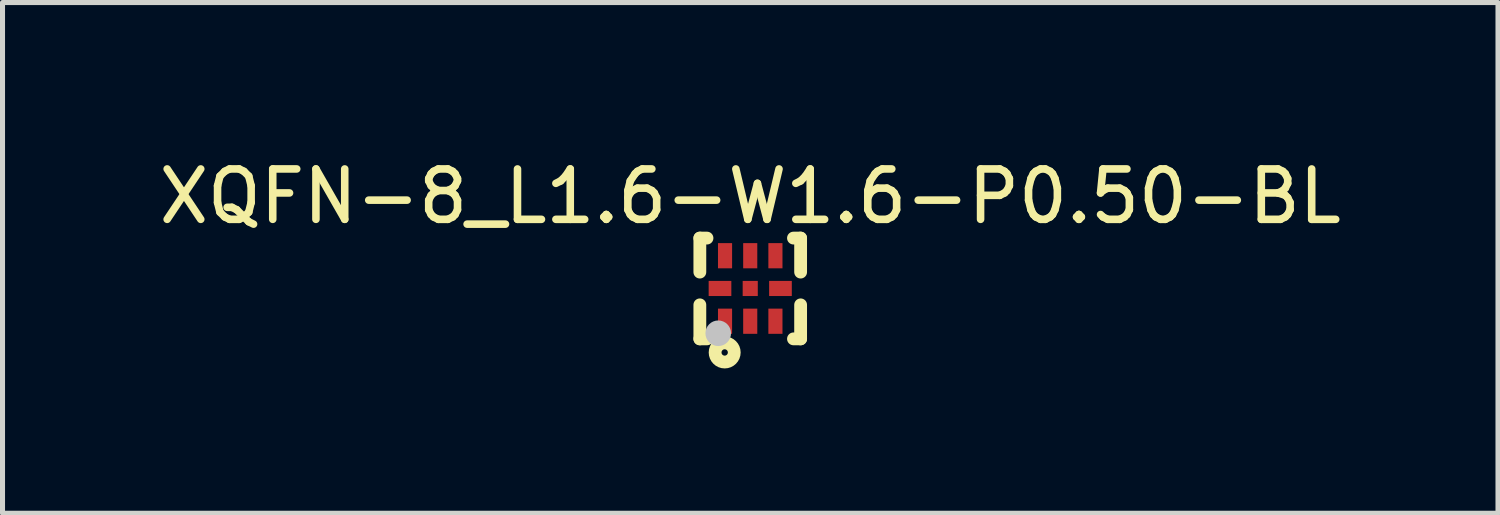
<source format=kicad_pcb>
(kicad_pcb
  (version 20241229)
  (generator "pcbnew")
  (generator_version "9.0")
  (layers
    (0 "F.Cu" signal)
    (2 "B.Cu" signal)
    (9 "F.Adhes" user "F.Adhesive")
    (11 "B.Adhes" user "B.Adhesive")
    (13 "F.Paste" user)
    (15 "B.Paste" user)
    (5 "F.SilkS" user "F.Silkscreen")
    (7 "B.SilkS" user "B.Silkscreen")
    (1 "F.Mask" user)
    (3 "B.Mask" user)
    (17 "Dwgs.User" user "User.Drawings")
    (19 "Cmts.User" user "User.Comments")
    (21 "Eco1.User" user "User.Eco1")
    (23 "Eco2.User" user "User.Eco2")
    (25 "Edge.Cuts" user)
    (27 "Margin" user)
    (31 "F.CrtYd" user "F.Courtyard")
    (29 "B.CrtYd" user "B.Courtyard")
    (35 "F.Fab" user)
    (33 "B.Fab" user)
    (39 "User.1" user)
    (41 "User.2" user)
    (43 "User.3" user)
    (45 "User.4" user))
  (footprint "XQFN-8_L1.6-W1.6-P0.50-BL"
    (layer "F.Cu")
    (at 11.839 2.675)
    (property "Reference" "XQFN-8_L1.6-W1.6-P0.50-BL" (at 0 -1.827 0) (layer "F.SilkS") (effects (font (size 1 1) (thickness 0.15))))
    (fp_line (start -1 -1) (end -0.858 -1) (stroke (width 0.254) (type default)) (layer "F.SilkS"))
    (fp_line (start -1 -0.325) (end -1 -1) (stroke (width 0.254) (type default)) (layer "F.SilkS"))
    (fp_line (start -1 1) (end -1 0.325) (stroke (width 0.254) (type default)) (layer "F.SilkS"))
    (fp_line (start -0.858 1) (end -1 1) (stroke (width 0.254) (type default)) (layer "F.SilkS"))
    (fp_line (start 0.858 -1) (end 1 -1) (stroke (width 0.254) (type default)) (layer "F.SilkS"))
    (fp_line (start 1 -1) (end 1 -0.325) (stroke (width 0.254) (type default)) (layer "F.SilkS"))
    (fp_line (start 1 0.325) (end 1 1) (stroke (width 0.254) (type default)) (layer "F.SilkS"))
    (fp_line (start 1 1) (end 0.858 1) (stroke (width 0.254) (type default)) (layer "F.SilkS"))
    (fp_circle (center -0.507 1.27) (end -0.444 1.27) (stroke (width 0.254) (type default)) (fill no) (layer "F.SilkS"))
    (fp_circle (center -0.635 0.889) (end -0.508 0.889) (stroke (width 0.254) (type default)) (fill no) (layer "Dwgs.User"))
    (fp_poly (pts (xy -0.4 -0.8) (xy -0.4 -0.4) (xy -0.6 -0.4) (xy -0.6 -0.8)) (stroke (width 0.1) (type default)) (fill no) (layer "User.1"))
    (fp_poly (pts (xy -0.4 0.1) (xy -0.8 0.1) (xy -0.8 -0.1) (xy -0.4 -0.1)) (stroke (width 0.1) (type default)) (fill no) (layer "User.1"))
    (fp_poly (pts (xy -0.35 0.4) (xy -0.35 0.8) (xy -0.65 0.8) (xy -0.65 0.4)) (stroke (width 0.1) (type default)) (fill no) (layer "User.1"))
    (fp_poly (pts (xy 0.1 -0.8) (xy 0.1 -0.4) (xy -0.1 -0.4) (xy -0.1 -0.8)) (stroke (width 0.1) (type default)) (fill no) (layer "User.1"))
    (fp_poly (pts (xy 0.1 0.4) (xy 0.1 0.8) (xy -0.1 0.8) (xy -0.1 0.4)) (stroke (width 0.1) (type default)) (fill no) (layer "User.1"))
    (fp_poly (pts (xy 0.15 0.15) (xy -0.15 0.15) (xy -0.15 -0.15) (xy 0.15 -0.15)) (stroke (width 0.1) (type default)) (fill no) (layer "User.1"))
    (fp_poly (pts (xy 0.6 -0.8) (xy 0.6 -0.4) (xy 0.4 -0.4) (xy 0.4 -0.8)) (stroke (width 0.1) (type default)) (fill no) (layer "User.1"))
    (fp_poly (pts (xy 0.6 0.4) (xy 0.6 0.8) (xy 0.4 0.8) (xy 0.4 0.4)) (stroke (width 0.1) (type default)) (fill no) (layer "User.1"))
    (fp_poly (pts (xy 0.8 0.1) (xy 0.4 0.1) (xy 0.4 -0.1) (xy 0.8 -0.1)) (stroke (width 0.1) (type default)) (fill no) (layer "User.1"))
    (fp_line (start -0.8 -0.8) (end 0.8 -0.8) (stroke (width 0.051) (type default)) (layer "User.2"))
    (fp_line (start -0.8 0.8) (end -0.8 -0.8) (stroke (width 0.051) (type default)) (layer "User.2"))
    (fp_line (start 0.8 -0.8) (end 0.8 0.8) (stroke (width 0.051) (type default)) (layer "User.2"))
    (fp_line (start 0.8 0.8) (end -0.8 0.8) (stroke (width 0.051) (type default)) (layer "User.2"))
    (fp_poly (pts (xy -0.74 0.8) (xy -0.758 0.758) (xy -0.8 0.74) (xy -0.842 0.758) (xy -0.86 0.8) (xy -0.842 0.842) (xy -0.8 0.86) (xy -0.758 0.842)) (stroke (width 0.1) (type default)) (fill no) (layer "User.3"))
    (pad "1" smd rect (at -0.5 0.65 90) (size 0.5 0.28) (layers "F.Cu" "F.Mask" "F.Paste"))
    (pad "2" smd rect (at 0 0.65 90) (size 0.5 0.28) (layers "F.Cu" "F.Mask" "F.Paste"))
    (pad "3" smd rect (at 0.5 0.65 90) (size 0.5 0.28) (layers "F.Cu" "F.Mask" "F.Paste"))
    (pad "4" smd rect (at 0.6 0 180) (size 0.45 0.3) (layers "F.Cu" "F.Mask" "F.Paste"))
    (pad "5" smd rect (at 0.5 -0.65 90) (size 0.5 0.28) (layers "F.Cu" "F.Mask" "F.Paste"))
    (pad "6" smd rect (at 0 -0.65 90) (size 0.5 0.28) (layers "F.Cu" "F.Mask" "F.Paste"))
    (pad "7" smd rect (at -0.5 -0.65 90) (size 0.5 0.28) (layers "F.Cu" "F.Mask" "F.Paste"))
    (pad "8" smd rect (at -0.6 0 180) (size 0.45 0.3) (layers "F.Cu" "F.Mask" "F.Paste"))
    (pad "9" smd rect (at 0 0 180) (size 0.3 0.3) (layers "F.Cu" "F.Mask" "F.Paste")))
  (gr_rect
    (start -3 -3)
    (end 26.679 7.136)
    (stroke (width 0.1) (type default))
    (fill no)
    (layer "Edge.Cuts")))
</source>
